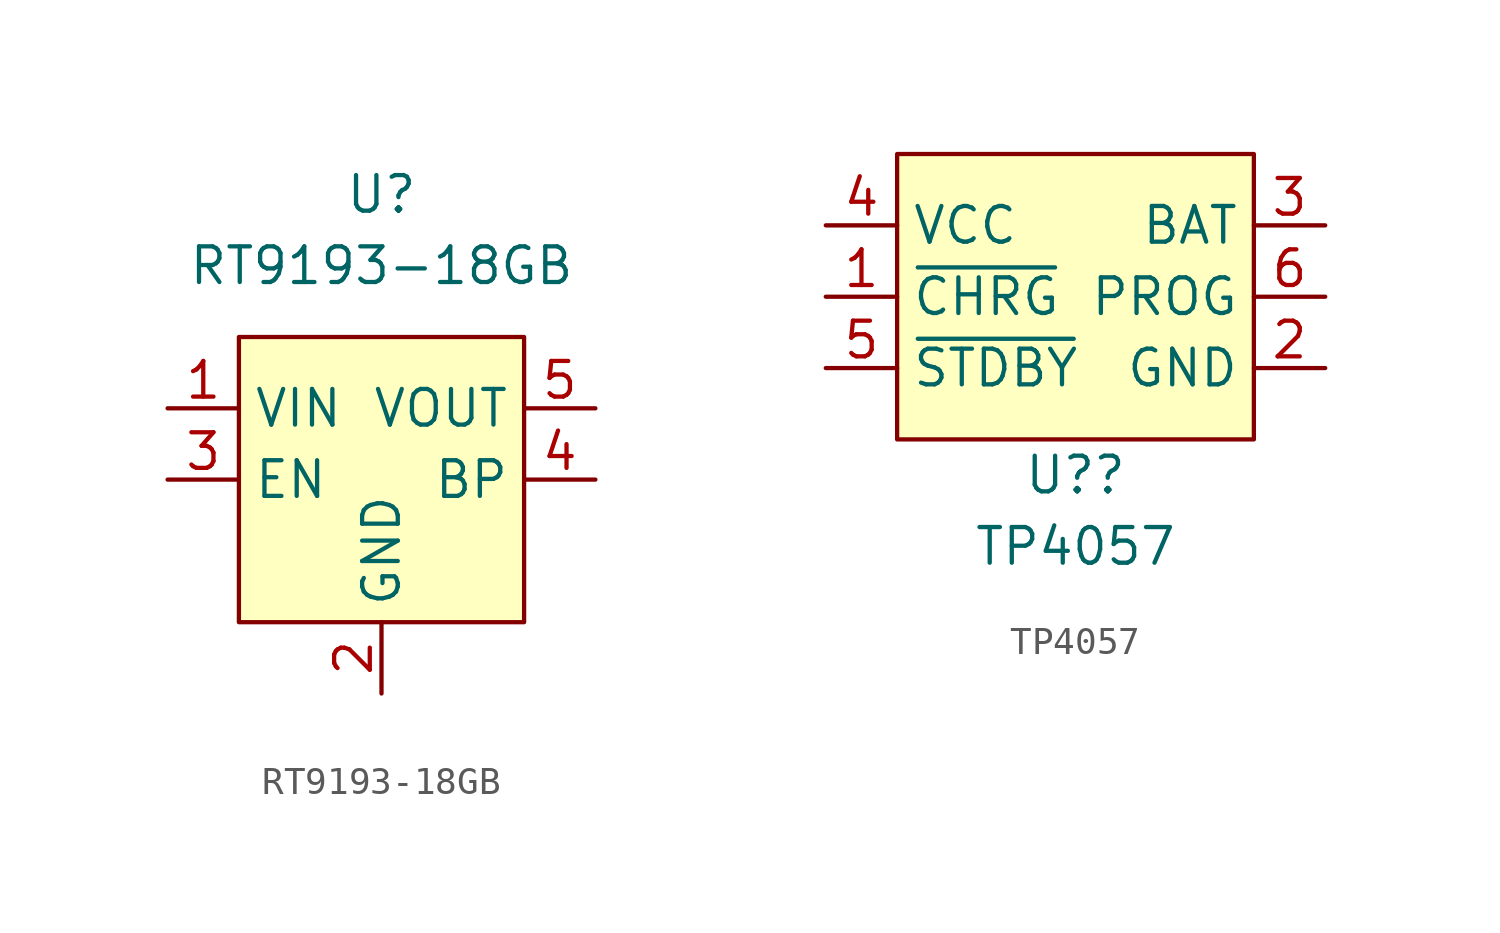
<source format=kicad_sym>
(kicad_symbol_lib
  (version 20211014)
  (generator kicad_symbol_editor)
  (symbol "RT9193-18GB"
    (property "Reference" "U"
      (at 0 11.43 0)
      (effects (font (size 1.27 1.27))))
    (property "Value" "RT9193-18GB"
      (at 0 8.89 0)
      (effects (font (size 1.27 1.27))))
    (symbol "RT9193-18GB_0_1"
      (rectangle (start -5.08 6.35) (end 5.08 -3.81) (stroke (width 0) (type default) (color 0 0 0 0)) (fill (type background))))
    (symbol "RT9193-18GB_1_1"
      (pin power_in line (at -7.62 3.81 0) (length 2.54) (name "VIN" (effects (font (size 1.27 1.27)))) (number "1" (effects (font (size 1.27 1.27)))))
      (pin power_in line (at 0 -6.35 90) (length 2.54) (name "GND" (effects (font (size 1.27 1.27)))) (number "2" (effects (font (size 1.27 1.27)))))
      (pin input line (at -7.62 1.27 0) (length 2.54) (name "EN" (effects (font (size 1.27 1.27)))) (number "3" (effects (font (size 1.27 1.27)))))
      (pin input line (at 7.62 1.27 180) (length 2.54) (name "BP" (effects (font (size 1.27 1.27)))) (number "4" (effects (font (size 1.27 1.27)))))
      (pin power_out line (at 7.62 3.81 180) (length 2.54) (name "VOUT" (effects (font (size 1.27 1.27)))) (number "5" (effects (font (size 1.27 1.27)))))))
  (symbol "TP4057"
    (property "Reference" "U?"
      (at 0 -6.35 0)
      (effects (font (size 1.27 1.27))))
    (property "Value" "TP4057"
      (at 0 -8.89 0)
      (effects (font (size 1.27 1.27))))
    (symbol "TP4057_0_1"
      (rectangle (start -6.35 5.08) (end 6.35 -5.08) (stroke (width 0) (type default) (color 0 0 0 0)) (fill (type background))))
    (symbol "TP4057_1_1"
      (pin input line (at -8.89 0 0) (length 2.54) (name "~{CHRG}" (effects (font (size 1.27 1.27)))) (number "1" (effects (font (size 1.27 1.27)))))
      (pin input line (at 8.89 -2.54 180) (length 2.54) (name "GND" (effects (font (size 1.27 1.27)))) (number "2" (effects (font (size 1.27 1.27)))))
      (pin input line (at 8.89 2.54 180) (length 2.54) (name "BAT" (effects (font (size 1.27 1.27)))) (number "3" (effects (font (size 1.27 1.27)))))
      (pin input line (at -8.89 2.54 0) (length 2.54) (name "VCC" (effects (font (size 1.27 1.27)))) (number "4" (effects (font (size 1.27 1.27)))))
      (pin input line (at -8.89 -2.54 0) (length 2.54) (name "~{STDBY}" (effects (font (size 1.27 1.27)))) (number "5" (effects (font (size 1.27 1.27)))))
      (pin input line (at 8.89 0 180) (length 2.54) (name "PROG" (effects (font (size 1.27 1.27)))) (number "6" (effects (font (size 1.27 1.27))))))))
</source>
